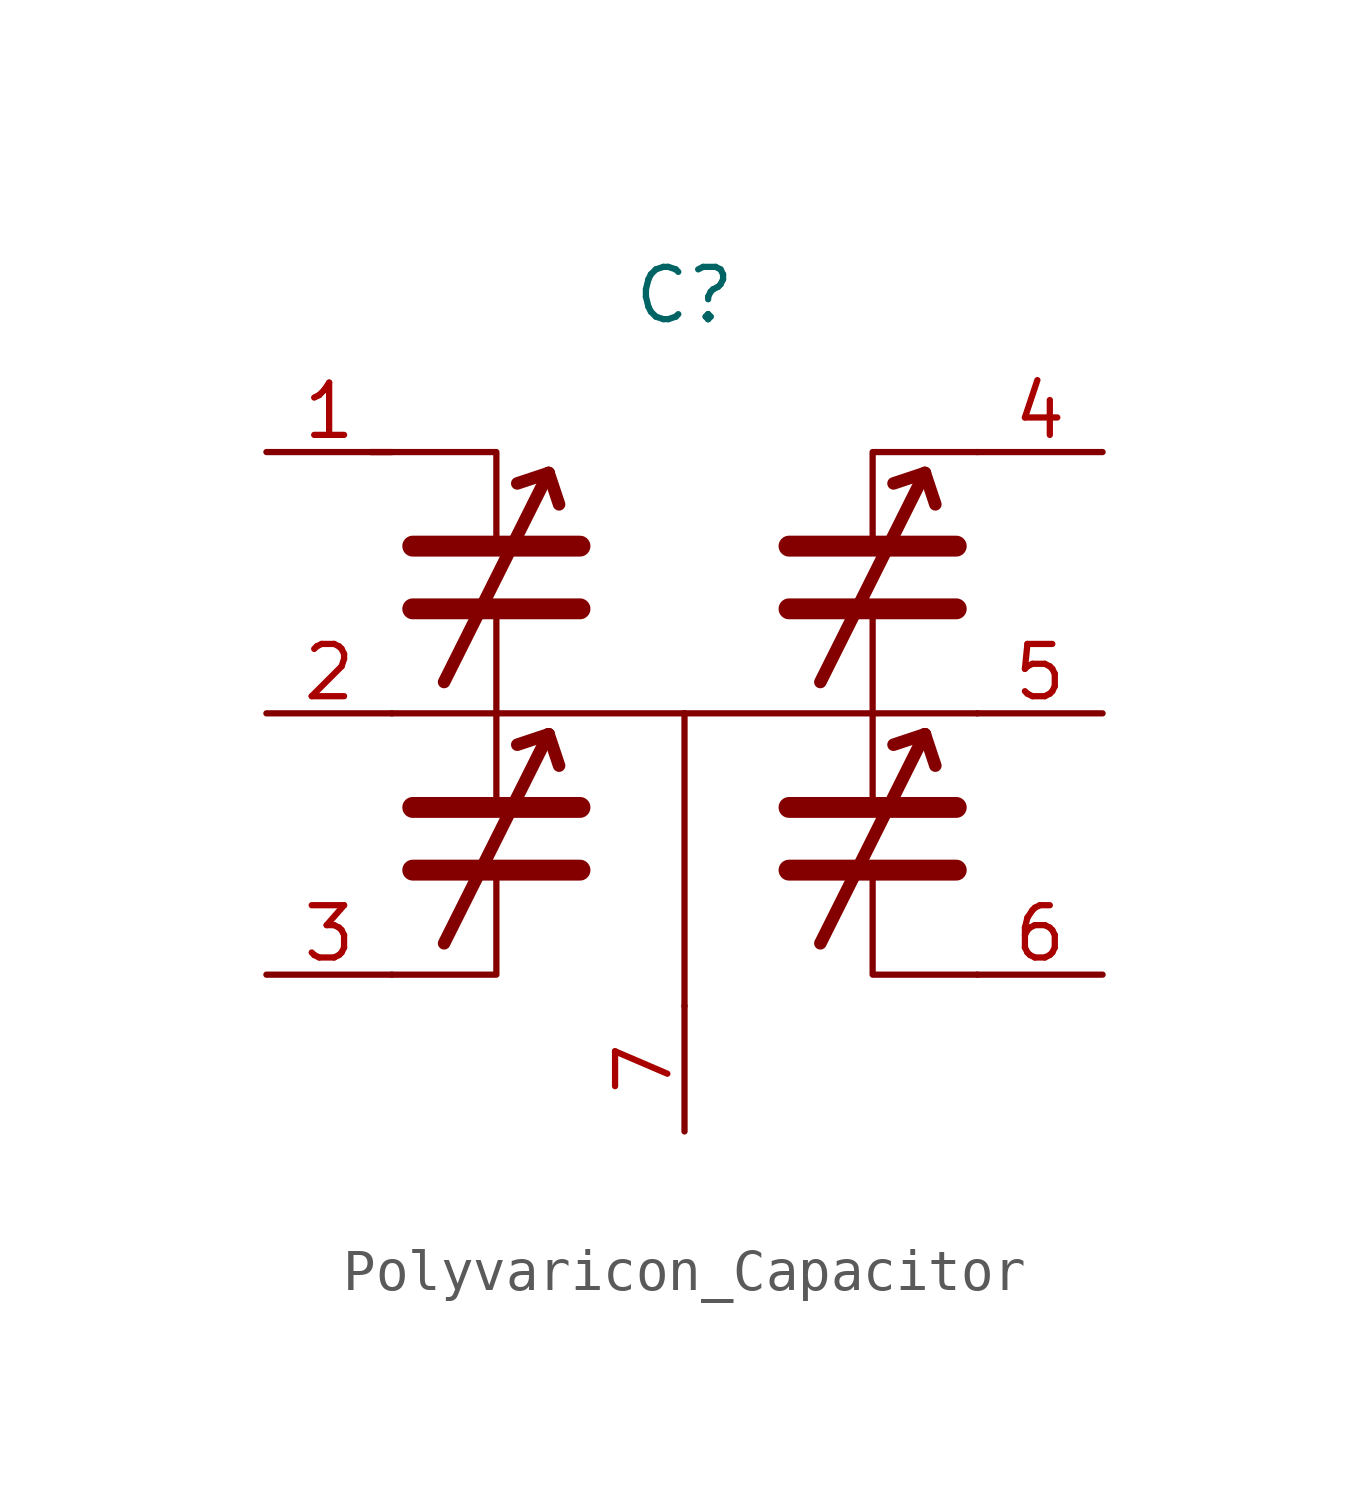
<source format=kicad_sym>
(kicad_symbol_lib
  (version 20231120)
  (generator "kicad_symbol_editor")
  (generator_version "8.0")
  (symbol "Polyvaricon_Capacitor"
    (property "Reference" "C"
      (at 0 10.16 0)
      (effects (font (size 1.27 1.27))))
    (property "Value" ""
      (at 8.382 3.302 0)
      (effects (font (size 1.27 1.27))))
    (symbol "Polyvaricon_Capacitor_0_1"
      (polyline (pts (xy -7.112 0) (xy -4.572 0)) (stroke (width 0) (type default)) (fill (type none)))
      (polyline (pts (xy -6.604 -3.81) (xy -2.54 -3.81)) (stroke (width 0.508) (type default)) (fill (type none)))
      (polyline (pts (xy -6.604 -2.286) (xy -2.54 -2.286)) (stroke (width 0.508) (type default)) (fill (type none)))
      (polyline (pts (xy -6.604 2.54) (xy -2.54 2.54)) (stroke (width 0.508) (type default)) (fill (type none)))
      (polyline (pts (xy -6.604 4.064) (xy -2.54 4.064)) (stroke (width 0.508) (type default)) (fill (type none)))
      (polyline (pts (xy -4.572 0) (xy -4.572 -2.286)) (stroke (width 0) (type default)) (fill (type none)))
      (polyline (pts (xy -4.572 2.286) (xy -4.572 0)) (stroke (width 0) (type default)) (fill (type none)))
      (polyline (pts (xy -3.302 -0.508) (xy -5.842 -5.588)) (stroke (width 0.305) (type default)) (fill (type none)))
      (polyline (pts (xy -3.302 -0.508) (xy -4.064 -0.762)) (stroke (width 0.305) (type default)) (fill (type none)))
      (polyline (pts (xy -3.302 -0.508) (xy -3.048 -1.27)) (stroke (width 0.305) (type default)) (fill (type none)))
      (polyline (pts (xy -3.302 5.842) (xy -5.842 0.762)) (stroke (width 0.305) (type default)) (fill (type none)))
      (polyline (pts (xy -3.302 5.842) (xy -4.064 5.588)) (stroke (width 0.305) (type default)) (fill (type none)))
      (polyline (pts (xy -3.302 5.842) (xy -3.048 5.08)) (stroke (width 0.305) (type default)) (fill (type none)))
      (polyline (pts (xy 0 0) (xy -4.572 0)) (stroke (width 0) (type default)) (fill (type none)))
      (polyline (pts (xy 0 0) (xy 0 -7.112)) (stroke (width 0) (type default)) (fill (type none)))
      (polyline (pts (xy 0 0) (xy 4.572 0)) (stroke (width 0) (type default)) (fill (type none)))
      (polyline (pts (xy 2.54 -3.81) (xy 6.604 -3.81)) (stroke (width 0.508) (type default)) (fill (type none)))
      (polyline (pts (xy 2.54 -2.286) (xy 6.604 -2.286)) (stroke (width 0.508) (type default)) (fill (type none)))
      (polyline (pts (xy 2.54 2.54) (xy 6.604 2.54)) (stroke (width 0.508) (type default)) (fill (type none)))
      (polyline (pts (xy 2.54 4.064) (xy 6.604 4.064)) (stroke (width 0.508) (type default)) (fill (type none)))
      (polyline (pts (xy 4.572 0) (xy 4.572 -2.286)) (stroke (width 0) (type default)) (fill (type none)))
      (polyline (pts (xy 5.842 -0.508) (xy 3.302 -5.588)) (stroke (width 0.305) (type default)) (fill (type none)))
      (polyline (pts (xy 5.842 -0.508) (xy 5.08 -0.762)) (stroke (width 0.305) (type default)) (fill (type none)))
      (polyline (pts (xy 5.842 -0.508) (xy 6.096 -1.27)) (stroke (width 0.305) (type default)) (fill (type none)))
      (polyline (pts (xy 5.842 5.842) (xy 3.302 0.762)) (stroke (width 0.305) (type default)) (fill (type none)))
      (polyline (pts (xy 5.842 5.842) (xy 5.08 5.588)) (stroke (width 0.305) (type default)) (fill (type none)))
      (polyline (pts (xy 5.842 5.842) (xy 6.096 5.08)) (stroke (width 0.305) (type default)) (fill (type none)))
      (polyline (pts (xy -7.112 -6.35) (xy -4.572 -6.35) (xy -4.572 -3.81)) (stroke (width 0) (type default)) (fill (type none)))
      (polyline (pts (xy -4.572 4.064) (xy -4.572 6.35) (xy -7.62 6.35)) (stroke (width 0) (type default)) (fill (type none)))
      (polyline (pts (xy 4.572 4.064) (xy 4.572 6.35) (xy 7.112 6.35)) (stroke (width 0) (type default)) (fill (type none)))
      (polyline (pts (xy 7.112 -6.35) (xy 4.572 -6.35) (xy 4.572 -3.81)) (stroke (width 0) (type default)) (fill (type none)))
      (polyline (pts (xy 7.112 0) (xy 4.572 0) (xy 4.572 2.54)) (stroke (width 0) (type default)) (fill (type none))))
    (symbol "Polyvaricon_Capacitor_1_1"
      (pin passive line (at -10.16 6.35 0) (length 3.048) (name "~" (effects (font (size 1.27 1.27)))) (number "1" (effects (font (size 1.27 1.27)))))
      (pin passive line (at -10.16 0 0) (length 3.048) (name "~" (effects (font (size 1.27 1.27)))) (number "2" (effects (font (size 1.27 1.27)))))
      (pin passive line (at -10.16 -6.35 0) (length 3.048) (name "~" (effects (font (size 1.27 1.27)))) (number "3" (effects (font (size 1.27 1.27)))))
      (pin passive line (at 10.16 6.35 180) (length 3.048) (name "~" (effects (font (size 1.27 1.27)))) (number "4" (effects (font (size 1.27 1.27)))))
      (pin passive line (at 10.16 0 180) (length 3.048) (name "~" (effects (font (size 1.27 1.27)))) (number "5" (effects (font (size 1.27 1.27)))))
      (pin passive line (at 10.16 -6.35 180) (length 3.048) (name "~" (effects (font (size 1.27 1.27)))) (number "6" (effects (font (size 1.27 1.27)))))
      (pin passive line (at 0 -10.16 90) (length 3.048) (name "~" (effects (font (size 1.27 1.27)))) (number "7" (effects (font (size 1.27 1.27))))))))
</source>
